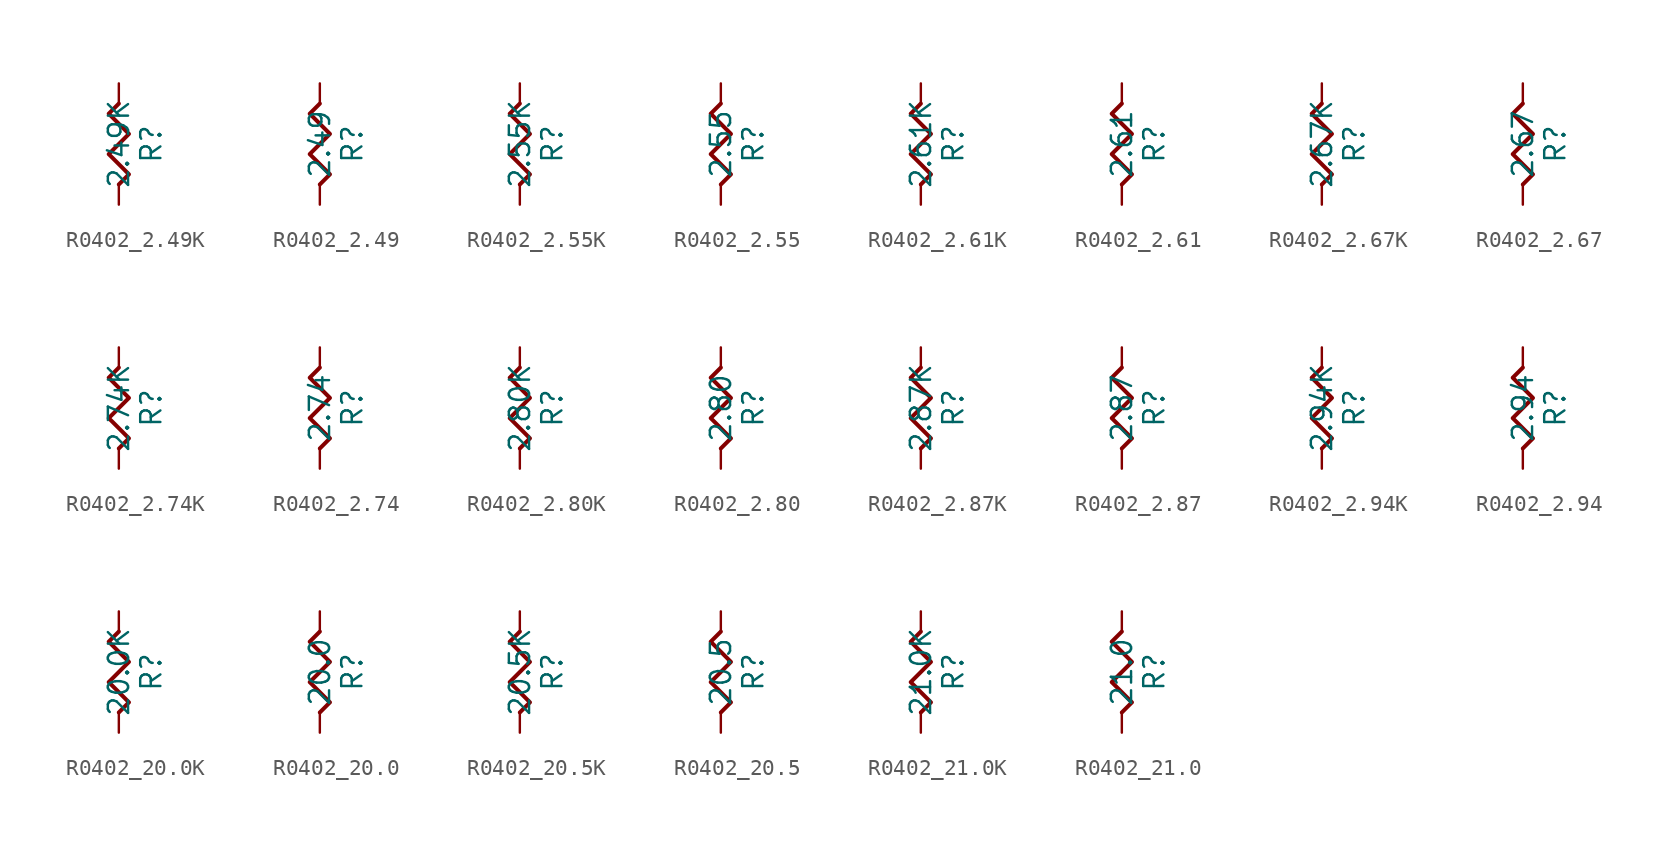
<source format=kicad_sym>
(kicad_symbol_lib
  (version 20211014)
  (generator atlantix-eda)
  (symbol "R0402_2.49K"
    (pin_numbers hide)
    (pin_names
      (offset 0))
    (property "Reference" "R"
      (at 2.032 0 90)
      (effects (font (size 1.27 1.27))))
    (property "Value" "2.49K"
      (at 0 0 90)
      (effects (font (size 1.27 1.27))))
    (symbol "R0402_2.49K_0_1"
      (polyline (pts (xy 0 -2.54) (xy 0.635 -1.905) (xy -0.635 -0.635) (xy 0.635 0.635) (xy -0.635 1.905) (xy 0 2.54)) (stroke (width 0.254) (type default) (color 0 0 0 0)) (fill (type none))))
    (symbol "R0402_2.49K_1_1"
      (pin passive line (at 0 3.81 270) (length 1.27) (name "~" (effects (font (size 1.27 1.27)))) (number "1" (effects (font (size 1.27 1.27)))))
      (pin passive line (at 0 -3.81 90) (length 1.27) (name "~" (effects (font (size 1.27 1.27)))) (number "2" (effects (font (size 1.27 1.27)))))))
  (symbol "R0402_2.49"
    (pin_numbers hide)
    (pin_names
      (offset 0))
    (property "Reference" "R"
      (at 2.032 0 90)
      (effects (font (size 1.27 1.27))))
    (property "Value" "2.49"
      (at 0 0 90)
      (effects (font (size 1.27 1.27))))
    (symbol "R0402_2.49_0_1"
      (polyline (pts (xy 0 -2.54) (xy 0.635 -1.905) (xy -0.635 -0.635) (xy 0.635 0.635) (xy -0.635 1.905) (xy 0 2.54)) (stroke (width 0.254) (type default) (color 0 0 0 0)) (fill (type none))))
    (symbol "R0402_2.49_1_1"
      (pin passive line (at 0 3.81 270) (length 1.27) (name "~" (effects (font (size 1.27 1.27)))) (number "1" (effects (font (size 1.27 1.27)))))
      (pin passive line (at 0 -3.81 90) (length 1.27) (name "~" (effects (font (size 1.27 1.27)))) (number "2" (effects (font (size 1.27 1.27)))))))
  (symbol "R0402_2.55K"
    (pin_numbers hide)
    (pin_names
      (offset 0))
    (property "Reference" "R"
      (at 2.032 0 90)
      (effects (font (size 1.27 1.27))))
    (property "Value" "2.55K"
      (at 0 0 90)
      (effects (font (size 1.27 1.27))))
    (symbol "R0402_2.55K_0_1"
      (polyline (pts (xy 0 -2.54) (xy 0.635 -1.905) (xy -0.635 -0.635) (xy 0.635 0.635) (xy -0.635 1.905) (xy 0 2.54)) (stroke (width 0.254) (type default) (color 0 0 0 0)) (fill (type none))))
    (symbol "R0402_2.55K_1_1"
      (pin passive line (at 0 3.81 270) (length 1.27) (name "~" (effects (font (size 1.27 1.27)))) (number "1" (effects (font (size 1.27 1.27)))))
      (pin passive line (at 0 -3.81 90) (length 1.27) (name "~" (effects (font (size 1.27 1.27)))) (number "2" (effects (font (size 1.27 1.27)))))))
  (symbol "R0402_2.55"
    (pin_numbers hide)
    (pin_names
      (offset 0))
    (property "Reference" "R"
      (at 2.032 0 90)
      (effects (font (size 1.27 1.27))))
    (property "Value" "2.55"
      (at 0 0 90)
      (effects (font (size 1.27 1.27))))
    (symbol "R0402_2.55_0_1"
      (polyline (pts (xy 0 -2.54) (xy 0.635 -1.905) (xy -0.635 -0.635) (xy 0.635 0.635) (xy -0.635 1.905) (xy 0 2.54)) (stroke (width 0.254) (type default) (color 0 0 0 0)) (fill (type none))))
    (symbol "R0402_2.55_1_1"
      (pin passive line (at 0 3.81 270) (length 1.27) (name "~" (effects (font (size 1.27 1.27)))) (number "1" (effects (font (size 1.27 1.27)))))
      (pin passive line (at 0 -3.81 90) (length 1.27) (name "~" (effects (font (size 1.27 1.27)))) (number "2" (effects (font (size 1.27 1.27)))))))
  (symbol "R0402_2.61K"
    (pin_numbers hide)
    (pin_names
      (offset 0))
    (property "Reference" "R"
      (at 2.032 0 90)
      (effects (font (size 1.27 1.27))))
    (property "Value" "2.61K"
      (at 0 0 90)
      (effects (font (size 1.27 1.27))))
    (symbol "R0402_2.61K_0_1"
      (polyline (pts (xy 0 -2.54) (xy 0.635 -1.905) (xy -0.635 -0.635) (xy 0.635 0.635) (xy -0.635 1.905) (xy 0 2.54)) (stroke (width 0.254) (type default) (color 0 0 0 0)) (fill (type none))))
    (symbol "R0402_2.61K_1_1"
      (pin passive line (at 0 3.81 270) (length 1.27) (name "~" (effects (font (size 1.27 1.27)))) (number "1" (effects (font (size 1.27 1.27)))))
      (pin passive line (at 0 -3.81 90) (length 1.27) (name "~" (effects (font (size 1.27 1.27)))) (number "2" (effects (font (size 1.27 1.27)))))))
  (symbol "R0402_2.61"
    (pin_numbers hide)
    (pin_names
      (offset 0))
    (property "Reference" "R"
      (at 2.032 0 90)
      (effects (font (size 1.27 1.27))))
    (property "Value" "2.61"
      (at 0 0 90)
      (effects (font (size 1.27 1.27))))
    (symbol "R0402_2.61_0_1"
      (polyline (pts (xy 0 -2.54) (xy 0.635 -1.905) (xy -0.635 -0.635) (xy 0.635 0.635) (xy -0.635 1.905) (xy 0 2.54)) (stroke (width 0.254) (type default) (color 0 0 0 0)) (fill (type none))))
    (symbol "R0402_2.61_1_1"
      (pin passive line (at 0 3.81 270) (length 1.27) (name "~" (effects (font (size 1.27 1.27)))) (number "1" (effects (font (size 1.27 1.27)))))
      (pin passive line (at 0 -3.81 90) (length 1.27) (name "~" (effects (font (size 1.27 1.27)))) (number "2" (effects (font (size 1.27 1.27)))))))
  (symbol "R0402_2.67K"
    (pin_numbers hide)
    (pin_names
      (offset 0))
    (property "Reference" "R"
      (at 2.032 0 90)
      (effects (font (size 1.27 1.27))))
    (property "Value" "2.67K"
      (at 0 0 90)
      (effects (font (size 1.27 1.27))))
    (symbol "R0402_2.67K_0_1"
      (polyline (pts (xy 0 -2.54) (xy 0.635 -1.905) (xy -0.635 -0.635) (xy 0.635 0.635) (xy -0.635 1.905) (xy 0 2.54)) (stroke (width 0.254) (type default) (color 0 0 0 0)) (fill (type none))))
    (symbol "R0402_2.67K_1_1"
      (pin passive line (at 0 3.81 270) (length 1.27) (name "~" (effects (font (size 1.27 1.27)))) (number "1" (effects (font (size 1.27 1.27)))))
      (pin passive line (at 0 -3.81 90) (length 1.27) (name "~" (effects (font (size 1.27 1.27)))) (number "2" (effects (font (size 1.27 1.27)))))))
  (symbol "R0402_2.67"
    (pin_numbers hide)
    (pin_names
      (offset 0))
    (property "Reference" "R"
      (at 2.032 0 90)
      (effects (font (size 1.27 1.27))))
    (property "Value" "2.67"
      (at 0 0 90)
      (effects (font (size 1.27 1.27))))
    (symbol "R0402_2.67_0_1"
      (polyline (pts (xy 0 -2.54) (xy 0.635 -1.905) (xy -0.635 -0.635) (xy 0.635 0.635) (xy -0.635 1.905) (xy 0 2.54)) (stroke (width 0.254) (type default) (color 0 0 0 0)) (fill (type none))))
    (symbol "R0402_2.67_1_1"
      (pin passive line (at 0 3.81 270) (length 1.27) (name "~" (effects (font (size 1.27 1.27)))) (number "1" (effects (font (size 1.27 1.27)))))
      (pin passive line (at 0 -3.81 90) (length 1.27) (name "~" (effects (font (size 1.27 1.27)))) (number "2" (effects (font (size 1.27 1.27)))))))
  (symbol "R0402_2.74K"
    (pin_numbers hide)
    (pin_names
      (offset 0))
    (property "Reference" "R"
      (at 2.032 0 90)
      (effects (font (size 1.27 1.27))))
    (property "Value" "2.74K"
      (at 0 0 90)
      (effects (font (size 1.27 1.27))))
    (symbol "R0402_2.74K_0_1"
      (polyline (pts (xy 0 -2.54) (xy 0.635 -1.905) (xy -0.635 -0.635) (xy 0.635 0.635) (xy -0.635 1.905) (xy 0 2.54)) (stroke (width 0.254) (type default) (color 0 0 0 0)) (fill (type none))))
    (symbol "R0402_2.74K_1_1"
      (pin passive line (at 0 3.81 270) (length 1.27) (name "~" (effects (font (size 1.27 1.27)))) (number "1" (effects (font (size 1.27 1.27)))))
      (pin passive line (at 0 -3.81 90) (length 1.27) (name "~" (effects (font (size 1.27 1.27)))) (number "2" (effects (font (size 1.27 1.27)))))))
  (symbol "R0402_2.74"
    (pin_numbers hide)
    (pin_names
      (offset 0))
    (property "Reference" "R"
      (at 2.032 0 90)
      (effects (font (size 1.27 1.27))))
    (property "Value" "2.74"
      (at 0 0 90)
      (effects (font (size 1.27 1.27))))
    (symbol "R0402_2.74_0_1"
      (polyline (pts (xy 0 -2.54) (xy 0.635 -1.905) (xy -0.635 -0.635) (xy 0.635 0.635) (xy -0.635 1.905) (xy 0 2.54)) (stroke (width 0.254) (type default) (color 0 0 0 0)) (fill (type none))))
    (symbol "R0402_2.74_1_1"
      (pin passive line (at 0 3.81 270) (length 1.27) (name "~" (effects (font (size 1.27 1.27)))) (number "1" (effects (font (size 1.27 1.27)))))
      (pin passive line (at 0 -3.81 90) (length 1.27) (name "~" (effects (font (size 1.27 1.27)))) (number "2" (effects (font (size 1.27 1.27)))))))
  (symbol "R0402_2.80K"
    (pin_numbers hide)
    (pin_names
      (offset 0))
    (property "Reference" "R"
      (at 2.032 0 90)
      (effects (font (size 1.27 1.27))))
    (property "Value" "2.80K"
      (at 0 0 90)
      (effects (font (size 1.27 1.27))))
    (symbol "R0402_2.80K_0_1"
      (polyline (pts (xy 0 -2.54) (xy 0.635 -1.905) (xy -0.635 -0.635) (xy 0.635 0.635) (xy -0.635 1.905) (xy 0 2.54)) (stroke (width 0.254) (type default) (color 0 0 0 0)) (fill (type none))))
    (symbol "R0402_2.80K_1_1"
      (pin passive line (at 0 3.81 270) (length 1.27) (name "~" (effects (font (size 1.27 1.27)))) (number "1" (effects (font (size 1.27 1.27)))))
      (pin passive line (at 0 -3.81 90) (length 1.27) (name "~" (effects (font (size 1.27 1.27)))) (number "2" (effects (font (size 1.27 1.27)))))))
  (symbol "R0402_2.80"
    (pin_numbers hide)
    (pin_names
      (offset 0))
    (property "Reference" "R"
      (at 2.032 0 90)
      (effects (font (size 1.27 1.27))))
    (property "Value" "2.80"
      (at 0 0 90)
      (effects (font (size 1.27 1.27))))
    (symbol "R0402_2.80_0_1"
      (polyline (pts (xy 0 -2.54) (xy 0.635 -1.905) (xy -0.635 -0.635) (xy 0.635 0.635) (xy -0.635 1.905) (xy 0 2.54)) (stroke (width 0.254) (type default) (color 0 0 0 0)) (fill (type none))))
    (symbol "R0402_2.80_1_1"
      (pin passive line (at 0 3.81 270) (length 1.27) (name "~" (effects (font (size 1.27 1.27)))) (number "1" (effects (font (size 1.27 1.27)))))
      (pin passive line (at 0 -3.81 90) (length 1.27) (name "~" (effects (font (size 1.27 1.27)))) (number "2" (effects (font (size 1.27 1.27)))))))
  (symbol "R0402_2.87K"
    (pin_numbers hide)
    (pin_names
      (offset 0))
    (property "Reference" "R"
      (at 2.032 0 90)
      (effects (font (size 1.27 1.27))))
    (property "Value" "2.87K"
      (at 0 0 90)
      (effects (font (size 1.27 1.27))))
    (symbol "R0402_2.87K_0_1"
      (polyline (pts (xy 0 -2.54) (xy 0.635 -1.905) (xy -0.635 -0.635) (xy 0.635 0.635) (xy -0.635 1.905) (xy 0 2.54)) (stroke (width 0.254) (type default) (color 0 0 0 0)) (fill (type none))))
    (symbol "R0402_2.87K_1_1"
      (pin passive line (at 0 3.81 270) (length 1.27) (name "~" (effects (font (size 1.27 1.27)))) (number "1" (effects (font (size 1.27 1.27)))))
      (pin passive line (at 0 -3.81 90) (length 1.27) (name "~" (effects (font (size 1.27 1.27)))) (number "2" (effects (font (size 1.27 1.27)))))))
  (symbol "R0402_2.87"
    (pin_numbers hide)
    (pin_names
      (offset 0))
    (property "Reference" "R"
      (at 2.032 0 90)
      (effects (font (size 1.27 1.27))))
    (property "Value" "2.87"
      (at 0 0 90)
      (effects (font (size 1.27 1.27))))
    (symbol "R0402_2.87_0_1"
      (polyline (pts (xy 0 -2.54) (xy 0.635 -1.905) (xy -0.635 -0.635) (xy 0.635 0.635) (xy -0.635 1.905) (xy 0 2.54)) (stroke (width 0.254) (type default) (color 0 0 0 0)) (fill (type none))))
    (symbol "R0402_2.87_1_1"
      (pin passive line (at 0 3.81 270) (length 1.27) (name "~" (effects (font (size 1.27 1.27)))) (number "1" (effects (font (size 1.27 1.27)))))
      (pin passive line (at 0 -3.81 90) (length 1.27) (name "~" (effects (font (size 1.27 1.27)))) (number "2" (effects (font (size 1.27 1.27)))))))
  (symbol "R0402_2.94K"
    (pin_numbers hide)
    (pin_names
      (offset 0))
    (property "Reference" "R"
      (at 2.032 0 90)
      (effects (font (size 1.27 1.27))))
    (property "Value" "2.94K"
      (at 0 0 90)
      (effects (font (size 1.27 1.27))))
    (symbol "R0402_2.94K_0_1"
      (polyline (pts (xy 0 -2.54) (xy 0.635 -1.905) (xy -0.635 -0.635) (xy 0.635 0.635) (xy -0.635 1.905) (xy 0 2.54)) (stroke (width 0.254) (type default) (color 0 0 0 0)) (fill (type none))))
    (symbol "R0402_2.94K_1_1"
      (pin passive line (at 0 3.81 270) (length 1.27) (name "~" (effects (font (size 1.27 1.27)))) (number "1" (effects (font (size 1.27 1.27)))))
      (pin passive line (at 0 -3.81 90) (length 1.27) (name "~" (effects (font (size 1.27 1.27)))) (number "2" (effects (font (size 1.27 1.27)))))))
  (symbol "R0402_2.94"
    (pin_numbers hide)
    (pin_names
      (offset 0))
    (property "Reference" "R"
      (at 2.032 0 90)
      (effects (font (size 1.27 1.27))))
    (property "Value" "2.94"
      (at 0 0 90)
      (effects (font (size 1.27 1.27))))
    (symbol "R0402_2.94_0_1"
      (polyline (pts (xy 0 -2.54) (xy 0.635 -1.905) (xy -0.635 -0.635) (xy 0.635 0.635) (xy -0.635 1.905) (xy 0 2.54)) (stroke (width 0.254) (type default) (color 0 0 0 0)) (fill (type none))))
    (symbol "R0402_2.94_1_1"
      (pin passive line (at 0 3.81 270) (length 1.27) (name "~" (effects (font (size 1.27 1.27)))) (number "1" (effects (font (size 1.27 1.27)))))
      (pin passive line (at 0 -3.81 90) (length 1.27) (name "~" (effects (font (size 1.27 1.27)))) (number "2" (effects (font (size 1.27 1.27)))))))
  (symbol "R0402_20.0K"
    (pin_numbers hide)
    (pin_names
      (offset 0))
    (property "Reference" "R"
      (at 2.032 0 90)
      (effects (font (size 1.27 1.27))))
    (property "Value" "20.0K"
      (at 0 0 90)
      (effects (font (size 1.27 1.27))))
    (symbol "R0402_20.0K_0_1"
      (polyline (pts (xy 0 -2.54) (xy 0.635 -1.905) (xy -0.635 -0.635) (xy 0.635 0.635) (xy -0.635 1.905) (xy 0 2.54)) (stroke (width 0.254) (type default) (color 0 0 0 0)) (fill (type none))))
    (symbol "R0402_20.0K_1_1"
      (pin passive line (at 0 3.81 270) (length 1.27) (name "~" (effects (font (size 1.27 1.27)))) (number "1" (effects (font (size 1.27 1.27)))))
      (pin passive line (at 0 -3.81 90) (length 1.27) (name "~" (effects (font (size 1.27 1.27)))) (number "2" (effects (font (size 1.27 1.27)))))))
  (symbol "R0402_20.0"
    (pin_numbers hide)
    (pin_names
      (offset 0))
    (property "Reference" "R"
      (at 2.032 0 90)
      (effects (font (size 1.27 1.27))))
    (property "Value" "20.0"
      (at 0 0 90)
      (effects (font (size 1.27 1.27))))
    (symbol "R0402_20.0_0_1"
      (polyline (pts (xy 0 -2.54) (xy 0.635 -1.905) (xy -0.635 -0.635) (xy 0.635 0.635) (xy -0.635 1.905) (xy 0 2.54)) (stroke (width 0.254) (type default) (color 0 0 0 0)) (fill (type none))))
    (symbol "R0402_20.0_1_1"
      (pin passive line (at 0 3.81 270) (length 1.27) (name "~" (effects (font (size 1.27 1.27)))) (number "1" (effects (font (size 1.27 1.27)))))
      (pin passive line (at 0 -3.81 90) (length 1.27) (name "~" (effects (font (size 1.27 1.27)))) (number "2" (effects (font (size 1.27 1.27)))))))
  (symbol "R0402_20.5K"
    (pin_numbers hide)
    (pin_names
      (offset 0))
    (property "Reference" "R"
      (at 2.032 0 90)
      (effects (font (size 1.27 1.27))))
    (property "Value" "20.5K"
      (at 0 0 90)
      (effects (font (size 1.27 1.27))))
    (symbol "R0402_20.5K_0_1"
      (polyline (pts (xy 0 -2.54) (xy 0.635 -1.905) (xy -0.635 -0.635) (xy 0.635 0.635) (xy -0.635 1.905) (xy 0 2.54)) (stroke (width 0.254) (type default) (color 0 0 0 0)) (fill (type none))))
    (symbol "R0402_20.5K_1_1"
      (pin passive line (at 0 3.81 270) (length 1.27) (name "~" (effects (font (size 1.27 1.27)))) (number "1" (effects (font (size 1.27 1.27)))))
      (pin passive line (at 0 -3.81 90) (length 1.27) (name "~" (effects (font (size 1.27 1.27)))) (number "2" (effects (font (size 1.27 1.27)))))))
  (symbol "R0402_20.5"
    (pin_numbers hide)
    (pin_names
      (offset 0))
    (property "Reference" "R"
      (at 2.032 0 90)
      (effects (font (size 1.27 1.27))))
    (property "Value" "20.5"
      (at 0 0 90)
      (effects (font (size 1.27 1.27))))
    (symbol "R0402_20.5_0_1"
      (polyline (pts (xy 0 -2.54) (xy 0.635 -1.905) (xy -0.635 -0.635) (xy 0.635 0.635) (xy -0.635 1.905) (xy 0 2.54)) (stroke (width 0.254) (type default) (color 0 0 0 0)) (fill (type none))))
    (symbol "R0402_20.5_1_1"
      (pin passive line (at 0 3.81 270) (length 1.27) (name "~" (effects (font (size 1.27 1.27)))) (number "1" (effects (font (size 1.27 1.27)))))
      (pin passive line (at 0 -3.81 90) (length 1.27) (name "~" (effects (font (size 1.27 1.27)))) (number "2" (effects (font (size 1.27 1.27)))))))
  (symbol "R0402_21.0K"
    (pin_numbers hide)
    (pin_names
      (offset 0))
    (property "Reference" "R"
      (at 2.032 0 90)
      (effects (font (size 1.27 1.27))))
    (property "Value" "21.0K"
      (at 0 0 90)
      (effects (font (size 1.27 1.27))))
    (symbol "R0402_21.0K_0_1"
      (polyline (pts (xy 0 -2.54) (xy 0.635 -1.905) (xy -0.635 -0.635) (xy 0.635 0.635) (xy -0.635 1.905) (xy 0 2.54)) (stroke (width 0.254) (type default) (color 0 0 0 0)) (fill (type none))))
    (symbol "R0402_21.0K_1_1"
      (pin passive line (at 0 3.81 270) (length 1.27) (name "~" (effects (font (size 1.27 1.27)))) (number "1" (effects (font (size 1.27 1.27)))))
      (pin passive line (at 0 -3.81 90) (length 1.27) (name "~" (effects (font (size 1.27 1.27)))) (number "2" (effects (font (size 1.27 1.27)))))))
  (symbol "R0402_21.0"
    (pin_numbers hide)
    (pin_names
      (offset 0))
    (property "Reference" "R"
      (at 2.032 0 90)
      (effects (font (size 1.27 1.27))))
    (property "Value" "21.0"
      (at 0 0 90)
      (effects (font (size 1.27 1.27))))
    (symbol "R0402_21.0_0_1"
      (polyline (pts (xy 0 -2.54) (xy 0.635 -1.905) (xy -0.635 -0.635) (xy 0.635 0.635) (xy -0.635 1.905) (xy 0 2.54)) (stroke (width 0.254) (type default) (color 0 0 0 0)) (fill (type none))))
    (symbol "R0402_21.0_1_1"
      (pin passive line (at 0 3.81 270) (length 1.27) (name "~" (effects (font (size 1.27 1.27)))) (number "1" (effects (font (size 1.27 1.27)))))
      (pin passive line (at 0 -3.81 90) (length 1.27) (name "~" (effects (font (size 1.27 1.27)))) (number "2" (effects (font (size 1.27 1.27))))))))
</source>
